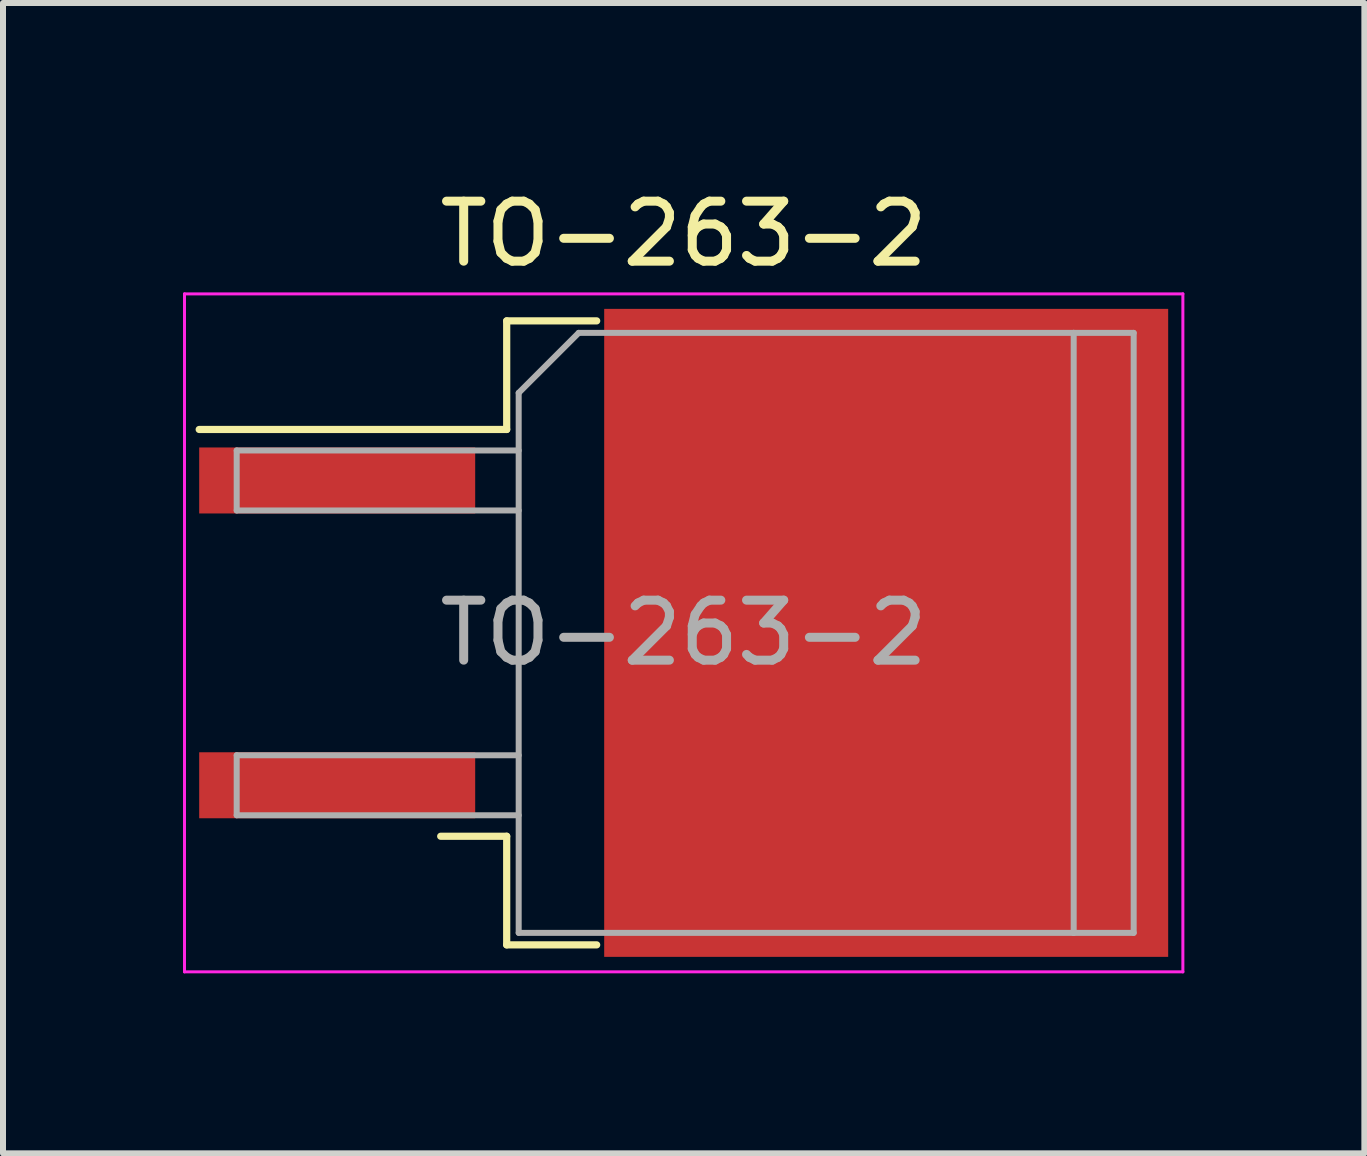
<source format=kicad_pcb>
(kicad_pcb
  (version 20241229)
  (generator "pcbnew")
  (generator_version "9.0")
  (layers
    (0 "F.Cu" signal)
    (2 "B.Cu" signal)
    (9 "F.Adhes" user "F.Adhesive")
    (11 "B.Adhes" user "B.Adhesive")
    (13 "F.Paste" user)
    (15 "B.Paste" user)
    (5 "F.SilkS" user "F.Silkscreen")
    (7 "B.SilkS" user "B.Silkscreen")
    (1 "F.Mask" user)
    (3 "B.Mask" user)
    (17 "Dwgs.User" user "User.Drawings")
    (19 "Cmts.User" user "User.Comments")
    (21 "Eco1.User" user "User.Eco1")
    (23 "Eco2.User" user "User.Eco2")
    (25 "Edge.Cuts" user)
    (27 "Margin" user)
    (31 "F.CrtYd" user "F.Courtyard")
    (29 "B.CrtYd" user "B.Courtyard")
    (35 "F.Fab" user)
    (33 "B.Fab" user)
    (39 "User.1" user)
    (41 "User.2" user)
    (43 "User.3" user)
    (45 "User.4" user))
  (footprint "TO-263-2"
    (layer "F.Cu")
    (at 8.345 7.498)
    (property "Reference" "TO-263-2" (at 0 -6.65 0) (layer "F.SilkS") (effects (font (size 1 1) (thickness 0.15))))
    (attr smd)
    (fp_line (start -2.95 -5.2) (end -2.95 -3.39) (stroke (width 0.12) (type solid)) (layer "F.SilkS"))
    (fp_line (start -2.95 -3.39) (end -8.075 -3.39) (stroke (width 0.12) (type solid)) (layer "F.SilkS"))
    (fp_line (start -2.95 3.39) (end -4.05 3.39) (stroke (width 0.12) (type solid)) (layer "F.SilkS"))
    (fp_line (start -2.95 5.2) (end -2.95 3.39) (stroke (width 0.12) (type solid)) (layer "F.SilkS"))
    (fp_line (start -1.45 -5.2) (end -2.95 -5.2) (stroke (width 0.12) (type solid)) (layer "F.SilkS"))
    (fp_line (start -1.45 5.2) (end -2.95 5.2) (stroke (width 0.12) (type solid)) (layer "F.SilkS"))
    (fp_line (start -8.32 -5.65) (end -8.32 5.65) (stroke (width 0.05) (type solid)) (layer "F.CrtYd"))
    (fp_line (start -8.32 5.65) (end 8.32 5.65) (stroke (width 0.05) (type solid)) (layer "F.CrtYd"))
    (fp_line (start 8.32 -5.65) (end -8.32 -5.65) (stroke (width 0.05) (type solid)) (layer "F.CrtYd"))
    (fp_line (start 8.32 5.65) (end 8.32 -5.65) (stroke (width 0.05) (type solid)) (layer "F.CrtYd"))
    (fp_line (start -7.45 -3.04) (end -7.45 -2.04) (stroke (width 0.1) (type solid)) (layer "F.Fab"))
    (fp_line (start -7.45 -2.04) (end -2.75 -2.04) (stroke (width 0.1) (type solid)) (layer "F.Fab"))
    (fp_line (start -7.45 2.04) (end -7.45 3.04) (stroke (width 0.1) (type solid)) (layer "F.Fab"))
    (fp_line (start -7.45 3.04) (end -2.75 3.04) (stroke (width 0.1) (type solid)) (layer "F.Fab"))
    (fp_line (start -2.75 -4) (end -1.75 -5) (stroke (width 0.1) (type solid)) (layer "F.Fab"))
    (fp_line (start -2.75 -3.04) (end -7.45 -3.04) (stroke (width 0.1) (type solid)) (layer "F.Fab"))
    (fp_line (start -2.75 2.04) (end -7.45 2.04) (stroke (width 0.1) (type solid)) (layer "F.Fab"))
    (fp_line (start -2.75 5) (end -2.75 -4) (stroke (width 0.1) (type solid)) (layer "F.Fab"))
    (fp_line (start -1.75 -5) (end 6.5 -5) (stroke (width 0.1) (type solid)) (layer "F.Fab"))
    (fp_line (start 6.5 -5) (end 6.5 5) (stroke (width 0.1) (type solid)) (layer "F.Fab"))
    (fp_line (start 6.5 -5) (end 7.5 -5) (stroke (width 0.1) (type solid)) (layer "F.Fab"))
    (fp_line (start 6.5 5) (end -2.75 5) (stroke (width 0.1) (type solid)) (layer "F.Fab"))
    (fp_line (start 7.5 -5) (end 7.5 5) (stroke (width 0.1) (type solid)) (layer "F.Fab"))
    (fp_line (start 7.5 5) (end 6.5 5) (stroke (width 0.1) (type solid)) (layer "F.Fab"))
    (fp_text user "${REFERENCE}" (at 0 0 0) (layer "F.Fab") (effects (font (size 1 1) (thickness 0.15))))
    (pad "1" smd rect (at -5.775 -2.54) (size 4.6 1.1) (layers "F.Cu" "F.Mask" "F.Paste"))
    (pad "2" smd rect (at 3.375 0) (size 9.4 10.8) (layers "F.Cu" "F.Mask"))
    (pad "3" smd rect (at -5.775 2.54) (size 4.6 1.1) (layers "F.Cu" "F.Mask" "F.Paste")))
  (gr_rect
    (start -3 -3)
    (end 19.69 16.173)
    (stroke (width 0.1) (type default))
    (fill no)
    (layer "Edge.Cuts")))
</source>
